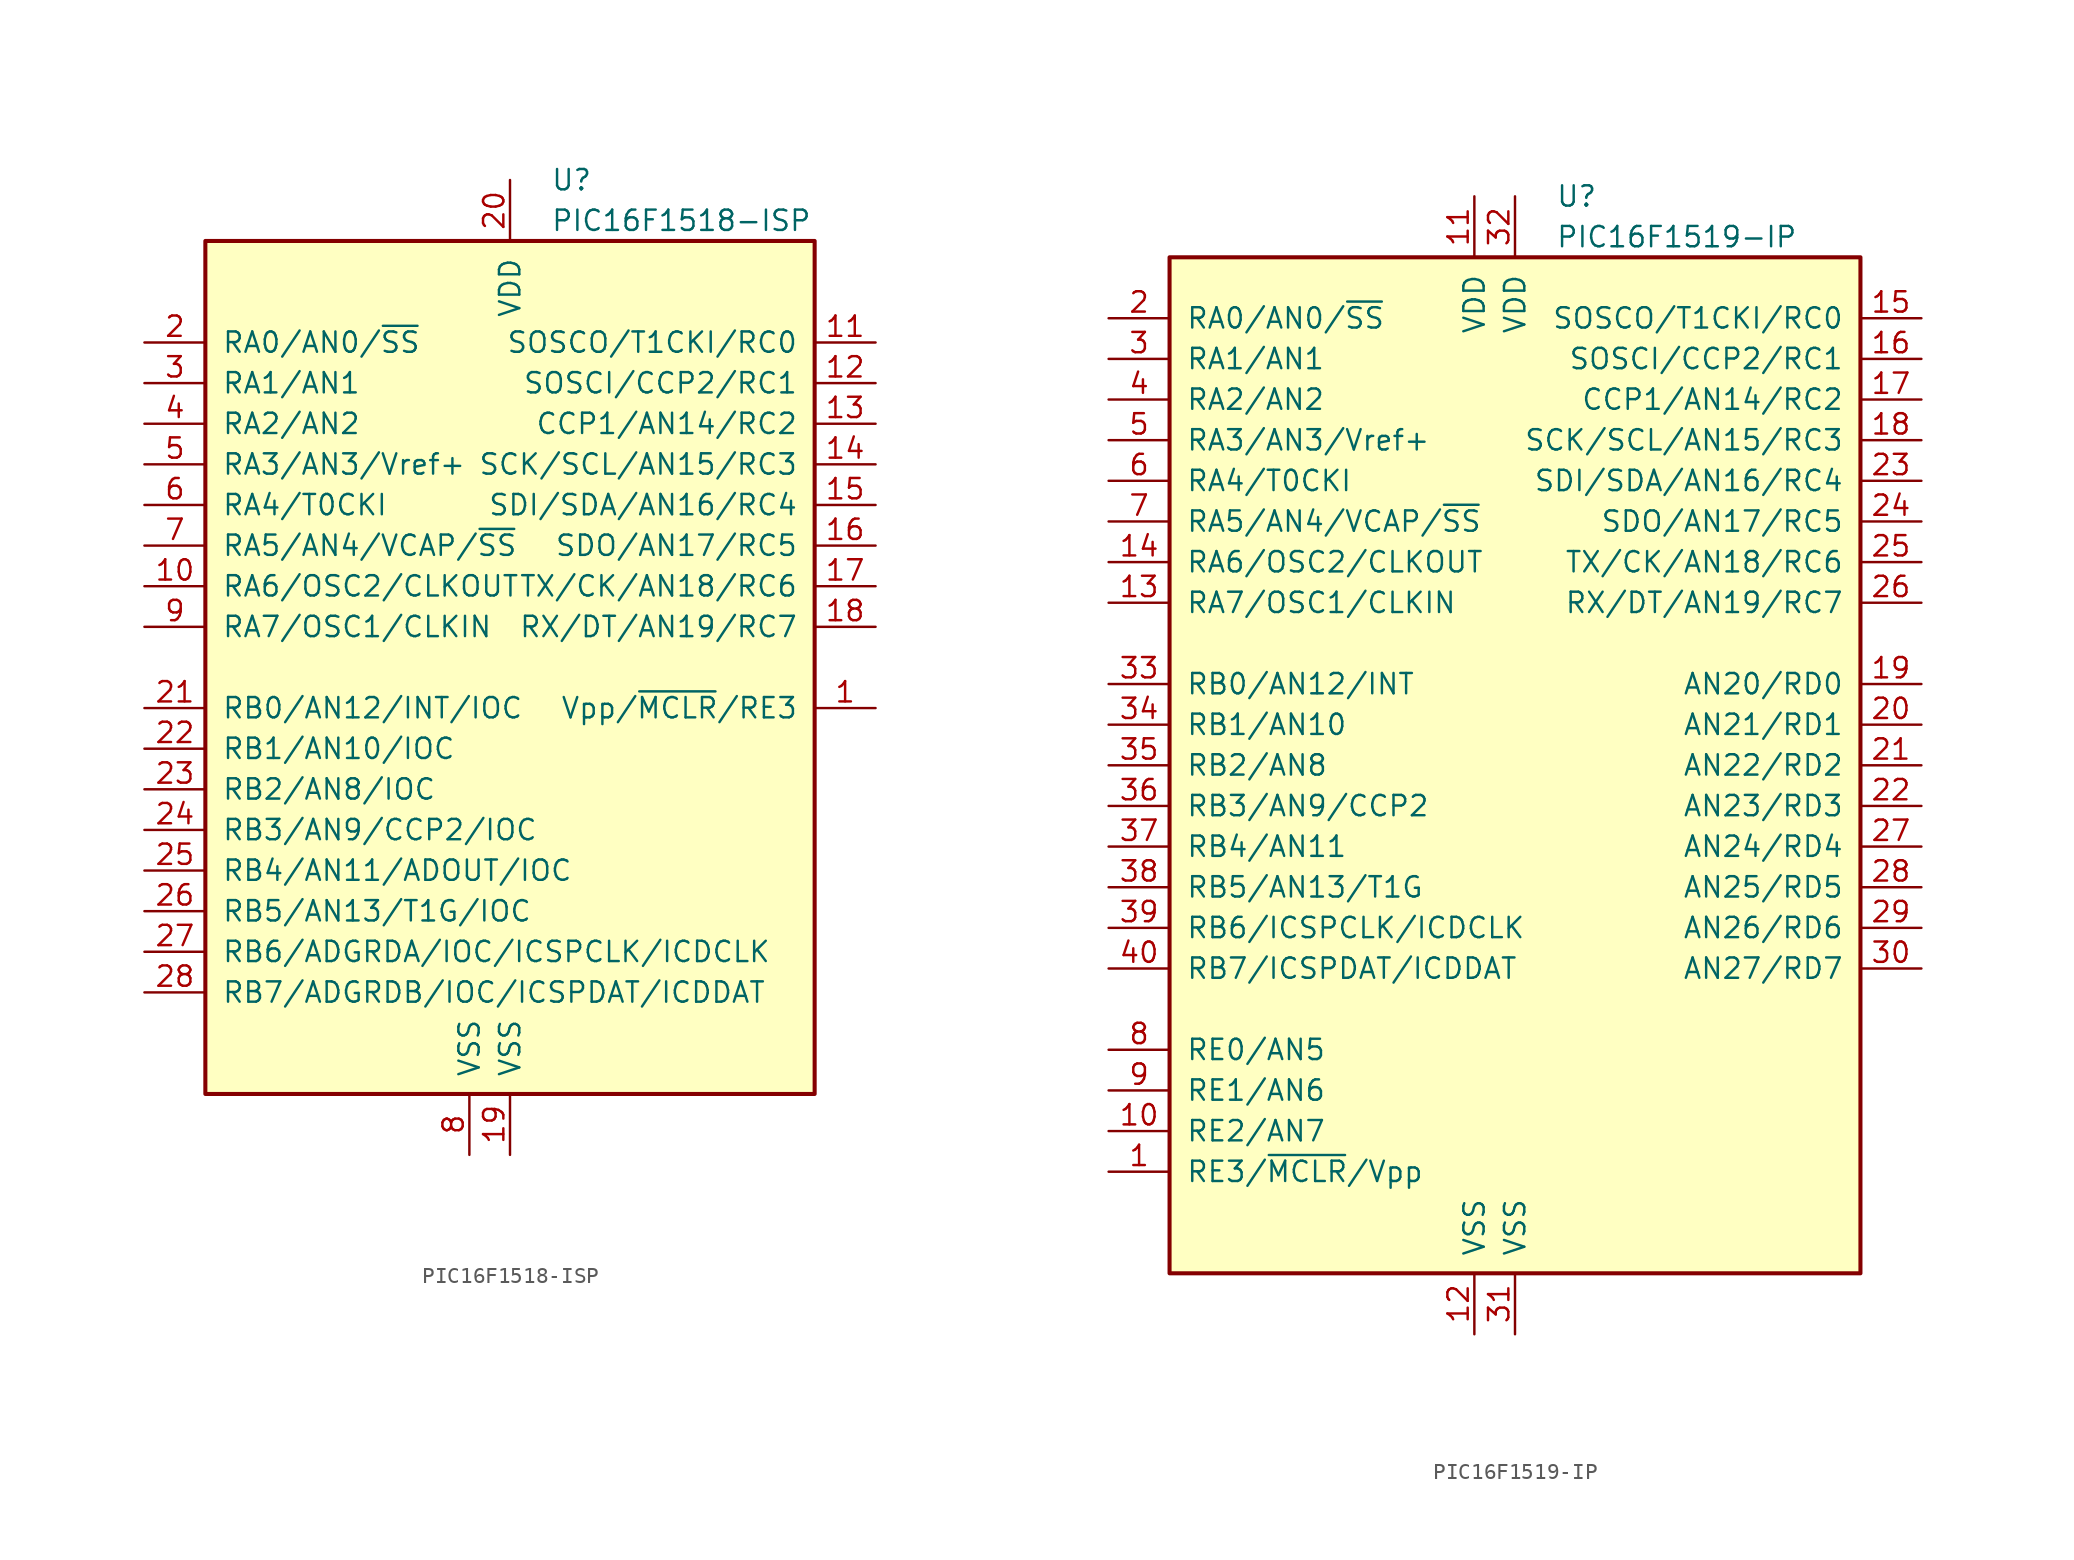
<source format=kicad_sym>
(kicad_symbol_lib
  (version 20200908)
  (generator kicad_symbol_editor)
  (symbol "MCU_Microchip_PIC16:PIC16F1518-ISP"
    (pin_names
      (offset 1.016))
    (property "Reference" "U"
      (at 2.54 30.48 0)
      (effects (font (size 1.27 1.27)) (justify left)))
    (property "Value" "PIC16F1518-ISP"
      (at 2.54 27.94 0)
      (effects (font (size 1.27 1.27)) (justify left)))
    (symbol "PIC16F1518-ISP_0_1"
      (rectangle (start -19.05 26.67) (end 19.05 -26.67) (stroke (width 0.254)) (fill (type background))))
    (symbol "PIC16F1518-ISP_1_1"
      (pin input line (at 22.86 -2.54 180) (length 3.81) (name "Vpp/~MCLR~/RE3" (effects (font (size 1.27 1.27)))) (number "1" (effects (font (size 1.27 1.27)))))
      (pin bidirectional line (at -22.86 5.08 0) (length 3.81) (name "RA6/OSC2/CLKOUT" (effects (font (size 1.27 1.27)))) (number "10" (effects (font (size 1.27 1.27)))))
      (pin bidirectional line (at 22.86 20.32 180) (length 3.81) (name "SOSCO/T1CKI/RC0" (effects (font (size 1.27 1.27)))) (number "11" (effects (font (size 1.27 1.27)))))
      (pin bidirectional line (at 22.86 17.78 180) (length 3.81) (name "SOSCI/CCP2/RC1" (effects (font (size 1.27 1.27)))) (number "12" (effects (font (size 1.27 1.27)))))
      (pin bidirectional line (at 22.86 15.24 180) (length 3.81) (name "CCP1/AN14/RC2" (effects (font (size 1.27 1.27)))) (number "13" (effects (font (size 1.27 1.27)))))
      (pin bidirectional line (at 22.86 12.7 180) (length 3.81) (name "SCK/SCL/AN15/RC3" (effects (font (size 1.27 1.27)))) (number "14" (effects (font (size 1.27 1.27)))))
      (pin bidirectional line (at 22.86 10.16 180) (length 3.81) (name "SDI/SDA/AN16/RC4" (effects (font (size 1.27 1.27)))) (number "15" (effects (font (size 1.27 1.27)))))
      (pin bidirectional line (at 22.86 7.62 180) (length 3.81) (name "SDO/AN17/RC5" (effects (font (size 1.27 1.27)))) (number "16" (effects (font (size 1.27 1.27)))))
      (pin bidirectional line (at 22.86 5.08 180) (length 3.81) (name "TX/CK/AN18/RC6" (effects (font (size 1.27 1.27)))) (number "17" (effects (font (size 1.27 1.27)))))
      (pin bidirectional line (at 22.86 2.54 180) (length 3.81) (name "RX/DT/AN19/RC7" (effects (font (size 1.27 1.27)))) (number "18" (effects (font (size 1.27 1.27)))))
      (pin power_in line (at 0 -30.48 90) (length 3.81) (name "VSS" (effects (font (size 1.27 1.27)))) (number "19" (effects (font (size 1.27 1.27)))))
      (pin bidirectional line (at -22.86 20.32 0) (length 3.81) (name "RA0/AN0/~SS" (effects (font (size 1.27 1.27)))) (number "2" (effects (font (size 1.27 1.27)))))
      (pin power_in line (at 0 30.48 270) (length 3.81) (name "VDD" (effects (font (size 1.27 1.27)))) (number "20" (effects (font (size 1.27 1.27)))))
      (pin bidirectional line (at -22.86 -2.54 0) (length 3.81) (name "RB0/AN12/INT/IOC" (effects (font (size 1.27 1.27)))) (number "21" (effects (font (size 1.27 1.27)))))
      (pin bidirectional line (at -22.86 -5.08 0) (length 3.81) (name "RB1/AN10/IOC" (effects (font (size 1.27 1.27)))) (number "22" (effects (font (size 1.27 1.27)))))
      (pin bidirectional line (at -22.86 -7.62 0) (length 3.81) (name "RB2/AN8/IOC" (effects (font (size 1.27 1.27)))) (number "23" (effects (font (size 1.27 1.27)))))
      (pin bidirectional line (at -22.86 -10.16 0) (length 3.81) (name "RB3/AN9/CCP2/IOC" (effects (font (size 1.27 1.27)))) (number "24" (effects (font (size 1.27 1.27)))))
      (pin bidirectional line (at -22.86 -12.7 0) (length 3.81) (name "RB4/AN11/ADOUT/IOC" (effects (font (size 1.27 1.27)))) (number "25" (effects (font (size 1.27 1.27)))))
      (pin bidirectional line (at -22.86 -15.24 0) (length 3.81) (name "RB5/AN13/T1G/IOC" (effects (font (size 1.27 1.27)))) (number "26" (effects (font (size 1.27 1.27)))))
      (pin bidirectional line (at -22.86 -17.78 0) (length 3.81) (name "RB6/ADGRDA/IOC/ICSPCLK/ICDCLK" (effects (font (size 1.27 1.27)))) (number "27" (effects (font (size 1.27 1.27)))))
      (pin bidirectional line (at -22.86 -20.32 0) (length 3.81) (name "RB7/ADGRDB/IOC/ICSPDAT/ICDDAT" (effects (font (size 1.27 1.27)))) (number "28" (effects (font (size 1.27 1.27)))))
      (pin bidirectional line (at -22.86 17.78 0) (length 3.81) (name "RA1/AN1" (effects (font (size 1.27 1.27)))) (number "3" (effects (font (size 1.27 1.27)))))
      (pin bidirectional line (at -22.86 15.24 0) (length 3.81) (name "RA2/AN2" (effects (font (size 1.27 1.27)))) (number "4" (effects (font (size 1.27 1.27)))))
      (pin bidirectional line (at -22.86 12.7 0) (length 3.81) (name "RA3/AN3/Vref+" (effects (font (size 1.27 1.27)))) (number "5" (effects (font (size 1.27 1.27)))))
      (pin bidirectional line (at -22.86 10.16 0) (length 3.81) (name "RA4/T0CKI" (effects (font (size 1.27 1.27)))) (number "6" (effects (font (size 1.27 1.27)))))
      (pin bidirectional line (at -22.86 7.62 0) (length 3.81) (name "RA5/AN4/VCAP/~SS" (effects (font (size 1.27 1.27)))) (number "7" (effects (font (size 1.27 1.27)))))
      (pin power_in line (at -2.54 -30.48 90) (length 3.81) (name "VSS" (effects (font (size 1.27 1.27)))) (number "8" (effects (font (size 1.27 1.27)))))
      (pin bidirectional line (at -22.86 2.54 0) (length 3.81) (name "RA7/OSC1/CLKIN" (effects (font (size 1.27 1.27)))) (number "9" (effects (font (size 1.27 1.27)))))))
  (symbol "MCU_Microchip_PIC16:PIC16F1519-IP"
    (pin_names
      (offset 1.016))
    (property "Reference" "U"
      (at 2.54 35.56 0)
      (effects (font (size 1.27 1.27)) (justify left)))
    (property "Value" "PIC16F1519-IP"
      (at 2.54 33.02 0)
      (effects (font (size 1.27 1.27)) (justify left)))
    (symbol "PIC16F1519-IP_0_1"
      (rectangle (start -21.59 31.75) (end 21.59 -31.75) (stroke (width 0.254)) (fill (type background))))
    (symbol "PIC16F1519-IP_1_1"
      (pin input line (at -25.4 -25.4 0) (length 3.81) (name "RE3/~MCLR~/Vpp" (effects (font (size 1.27 1.27)))) (number "1" (effects (font (size 1.27 1.27)))))
      (pin bidirectional line (at -25.4 -22.86 0) (length 3.81) (name "RE2/AN7" (effects (font (size 1.27 1.27)))) (number "10" (effects (font (size 1.27 1.27)))))
      (pin power_in line (at -2.54 35.56 270) (length 3.81) (name "VDD" (effects (font (size 1.27 1.27)))) (number "11" (effects (font (size 1.27 1.27)))))
      (pin power_in line (at -2.54 -35.56 90) (length 3.81) (name "VSS" (effects (font (size 1.27 1.27)))) (number "12" (effects (font (size 1.27 1.27)))))
      (pin bidirectional line (at -25.4 10.16 0) (length 3.81) (name "RA7/OSC1/CLKIN" (effects (font (size 1.27 1.27)))) (number "13" (effects (font (size 1.27 1.27)))))
      (pin bidirectional line (at -25.4 12.7 0) (length 3.81) (name "RA6/OSC2/CLKOUT" (effects (font (size 1.27 1.27)))) (number "14" (effects (font (size 1.27 1.27)))))
      (pin bidirectional line (at 25.4 27.94 180) (length 3.81) (name "SOSCO/T1CKI/RC0" (effects (font (size 1.27 1.27)))) (number "15" (effects (font (size 1.27 1.27)))))
      (pin bidirectional line (at 25.4 25.4 180) (length 3.81) (name "SOSCI/CCP2/RC1" (effects (font (size 1.27 1.27)))) (number "16" (effects (font (size 1.27 1.27)))))
      (pin bidirectional line (at 25.4 22.86 180) (length 3.81) (name "CCP1/AN14/RC2" (effects (font (size 1.27 1.27)))) (number "17" (effects (font (size 1.27 1.27)))))
      (pin bidirectional line (at 25.4 20.32 180) (length 3.81) (name "SCK/SCL/AN15/RC3" (effects (font (size 1.27 1.27)))) (number "18" (effects (font (size 1.27 1.27)))))
      (pin bidirectional line (at 25.4 5.08 180) (length 3.81) (name "AN20/RD0" (effects (font (size 1.27 1.27)))) (number "19" (effects (font (size 1.27 1.27)))))
      (pin bidirectional line (at -25.4 27.94 0) (length 3.81) (name "RA0/AN0/~SS" (effects (font (size 1.27 1.27)))) (number "2" (effects (font (size 1.27 1.27)))))
      (pin bidirectional line (at 25.4 2.54 180) (length 3.81) (name "AN21/RD1" (effects (font (size 1.27 1.27)))) (number "20" (effects (font (size 1.27 1.27)))))
      (pin bidirectional line (at 25.4 0 180) (length 3.81) (name "AN22/RD2" (effects (font (size 1.27 1.27)))) (number "21" (effects (font (size 1.27 1.27)))))
      (pin bidirectional line (at 25.4 -2.54 180) (length 3.81) (name "AN23/RD3" (effects (font (size 1.27 1.27)))) (number "22" (effects (font (size 1.27 1.27)))))
      (pin bidirectional line (at 25.4 17.78 180) (length 3.81) (name "SDI/SDA/AN16/RC4" (effects (font (size 1.27 1.27)))) (number "23" (effects (font (size 1.27 1.27)))))
      (pin bidirectional line (at 25.4 15.24 180) (length 3.81) (name "SDO/AN17/RC5" (effects (font (size 1.27 1.27)))) (number "24" (effects (font (size 1.27 1.27)))))
      (pin bidirectional line (at 25.4 12.7 180) (length 3.81) (name "TX/CK/AN18/RC6" (effects (font (size 1.27 1.27)))) (number "25" (effects (font (size 1.27 1.27)))))
      (pin bidirectional line (at 25.4 10.16 180) (length 3.81) (name "RX/DT/AN19/RC7" (effects (font (size 1.27 1.27)))) (number "26" (effects (font (size 1.27 1.27)))))
      (pin bidirectional line (at 25.4 -5.08 180) (length 3.81) (name "AN24/RD4" (effects (font (size 1.27 1.27)))) (number "27" (effects (font (size 1.27 1.27)))))
      (pin bidirectional line (at 25.4 -7.62 180) (length 3.81) (name "AN25/RD5" (effects (font (size 1.27 1.27)))) (number "28" (effects (font (size 1.27 1.27)))))
      (pin bidirectional line (at 25.4 -10.16 180) (length 3.81) (name "AN26/RD6" (effects (font (size 1.27 1.27)))) (number "29" (effects (font (size 1.27 1.27)))))
      (pin bidirectional line (at -25.4 25.4 0) (length 3.81) (name "RA1/AN1" (effects (font (size 1.27 1.27)))) (number "3" (effects (font (size 1.27 1.27)))))
      (pin bidirectional line (at 25.4 -12.7 180) (length 3.81) (name "AN27/RD7" (effects (font (size 1.27 1.27)))) (number "30" (effects (font (size 1.27 1.27)))))
      (pin power_in line (at 0 -35.56 90) (length 3.81) (name "VSS" (effects (font (size 1.27 1.27)))) (number "31" (effects (font (size 1.27 1.27)))))
      (pin power_in line (at 0 35.56 270) (length 3.81) (name "VDD" (effects (font (size 1.27 1.27)))) (number "32" (effects (font (size 1.27 1.27)))))
      (pin bidirectional line (at -25.4 5.08 0) (length 3.81) (name "RB0/AN12/INT" (effects (font (size 1.27 1.27)))) (number "33" (effects (font (size 1.27 1.27)))))
      (pin bidirectional line (at -25.4 2.54 0) (length 3.81) (name "RB1/AN10" (effects (font (size 1.27 1.27)))) (number "34" (effects (font (size 1.27 1.27)))))
      (pin bidirectional line (at -25.4 0 0) (length 3.81) (name "RB2/AN8" (effects (font (size 1.27 1.27)))) (number "35" (effects (font (size 1.27 1.27)))))
      (pin bidirectional line (at -25.4 -2.54 0) (length 3.81) (name "RB3/AN9/CCP2" (effects (font (size 1.27 1.27)))) (number "36" (effects (font (size 1.27 1.27)))))
      (pin bidirectional line (at -25.4 -5.08 0) (length 3.81) (name "RB4/AN11" (effects (font (size 1.27 1.27)))) (number "37" (effects (font (size 1.27 1.27)))))
      (pin bidirectional line (at -25.4 -7.62 0) (length 3.81) (name "RB5/AN13/T1G" (effects (font (size 1.27 1.27)))) (number "38" (effects (font (size 1.27 1.27)))))
      (pin bidirectional line (at -25.4 -10.16 0) (length 3.81) (name "RB6/ICSPCLK/ICDCLK" (effects (font (size 1.27 1.27)))) (number "39" (effects (font (size 1.27 1.27)))))
      (pin bidirectional line (at -25.4 22.86 0) (length 3.81) (name "RA2/AN2" (effects (font (size 1.27 1.27)))) (number "4" (effects (font (size 1.27 1.27)))))
      (pin bidirectional line (at -25.4 -12.7 0) (length 3.81) (name "RB7/ICSPDAT/ICDDAT" (effects (font (size 1.27 1.27)))) (number "40" (effects (font (size 1.27 1.27)))))
      (pin bidirectional line (at -25.4 20.32 0) (length 3.81) (name "RA3/AN3/Vref+" (effects (font (size 1.27 1.27)))) (number "5" (effects (font (size 1.27 1.27)))))
      (pin bidirectional line (at -25.4 17.78 0) (length 3.81) (name "RA4/T0CKI" (effects (font (size 1.27 1.27)))) (number "6" (effects (font (size 1.27 1.27)))))
      (pin bidirectional line (at -25.4 15.24 0) (length 3.81) (name "RA5/AN4/VCAP/~SS" (effects (font (size 1.27 1.27)))) (number "7" (effects (font (size 1.27 1.27)))))
      (pin bidirectional line (at -25.4 -17.78 0) (length 3.81) (name "RE0/AN5" (effects (font (size 1.27 1.27)))) (number "8" (effects (font (size 1.27 1.27)))))
      (pin bidirectional line (at -25.4 -20.32 0) (length 3.81) (name "RE1/AN6" (effects (font (size 1.27 1.27)))) (number "9" (effects (font (size 1.27 1.27))))))))
</source>
